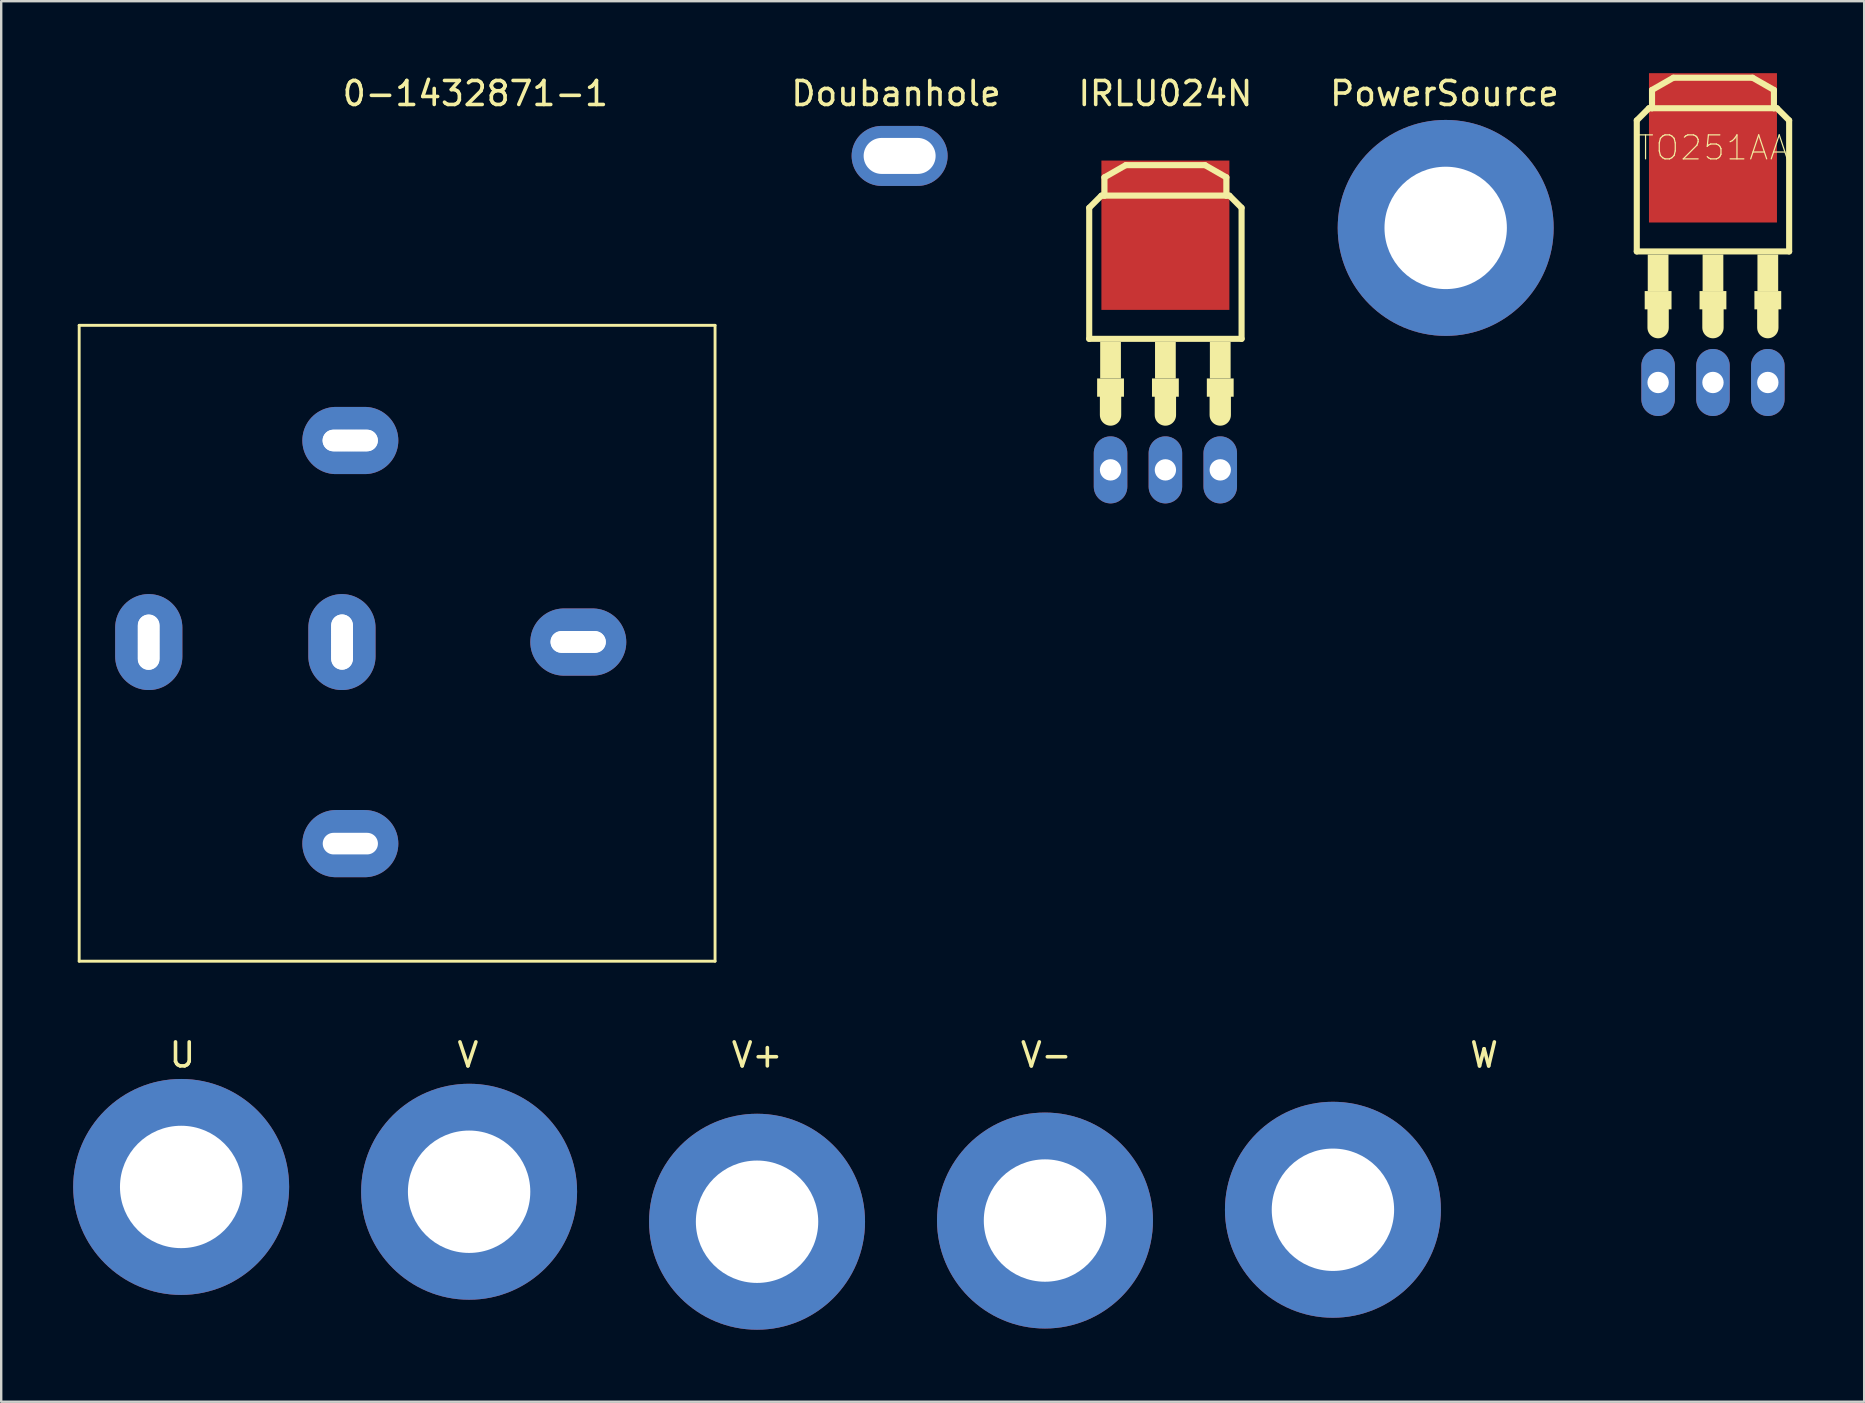
<source format=kicad_pcb>
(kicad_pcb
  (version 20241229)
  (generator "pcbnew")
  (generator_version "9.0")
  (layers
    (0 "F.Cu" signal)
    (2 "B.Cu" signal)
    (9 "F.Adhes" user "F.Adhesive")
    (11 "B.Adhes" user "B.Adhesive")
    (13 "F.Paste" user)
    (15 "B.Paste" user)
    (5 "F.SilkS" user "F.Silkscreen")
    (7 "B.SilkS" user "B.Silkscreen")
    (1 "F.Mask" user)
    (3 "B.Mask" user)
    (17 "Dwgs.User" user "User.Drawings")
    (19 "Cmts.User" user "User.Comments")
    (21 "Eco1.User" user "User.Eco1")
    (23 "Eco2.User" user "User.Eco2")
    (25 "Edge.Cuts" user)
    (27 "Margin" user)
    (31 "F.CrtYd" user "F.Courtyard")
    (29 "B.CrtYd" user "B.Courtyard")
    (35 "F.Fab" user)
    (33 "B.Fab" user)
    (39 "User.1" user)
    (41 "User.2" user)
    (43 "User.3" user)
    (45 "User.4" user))
  (footprint "0-1432871-1"
    (layer "F.Cu")
    (at 0.25 10.508)
    (property "Reference" "0-1432871-1" (at 16.51 -9.66 0) (layer "F.SilkS") (effects (font (size 1 1) (thickness 0.15))))
    (attr through_hole)
    (fp_line (start 0 0) (end 0 26.5) (stroke (width 0.12) (type solid)) (layer "F.SilkS"))
    (fp_line (start 0 26.5) (end 26.5 26.5) (stroke (width 0.12) (type solid)) (layer "F.SilkS"))
    (fp_line (start 26.5 0) (end 0 0) (stroke (width 0.12) (type solid)) (layer "F.SilkS"))
    (fp_line (start 26.5 26.5) (end 26.5 0) (stroke (width 0.12) (type solid)) (layer "F.SilkS"))
    (pad "1" thru_hole circle (at 2.89 13.91 90) (size 0.9 0.9) (drill 0.9) (layers "*.Cu" "*.Mask"))
    (pad "1" thru_hole circle (at 10.59 4.8) (size 0.9 0.9) (drill 0.9) (layers "*.Cu" "*.Mask"))
    (pad "1" thru_hole circle (at 10.96 13.9 90) (size 0.9 0.9) (drill 0.9) (layers "*.Cu" "*.Mask"))
    (pad "1" thru_hole circle (at 20.09 13.19) (size 0.9 0.9) (drill 0.9) (layers "*.Cu" "*.Mask"))
    (pad "2" thru_hole circle (at 2.89 13.81 90) (size 0.9 0.9) (drill 0.9) (layers "*.Cu" "*.Mask"))
    (pad "2" thru_hole circle (at 10.69 4.8) (size 0.9 0.9) (drill 0.9) (layers "*.Cu" "*.Mask"))
    (pad "2" thru_hole circle (at 10.96 13.8 90) (size 0.9 0.9) (drill 0.9) (layers "*.Cu" "*.Mask"))
    (pad "2" thru_hole circle (at 20.19 13.19) (size 0.9 0.9) (drill 0.9) (layers "*.Cu" "*.Mask"))
    (pad "3" thru_hole circle (at 2.89 13.71 90) (size 0.9 0.9) (drill 0.9) (layers "*.Cu" "*.Mask"))
    (pad "3" thru_hole circle (at 10.79 4.8) (size 0.9 0.9) (drill 0.9) (layers "*.Cu" "*.Mask"))
    (pad "3" thru_hole circle (at 10.96 13.7 90) (size 0.9 0.9) (drill 0.9) (layers "*.Cu" "*.Mask"))
    (pad "3" thru_hole circle (at 20.29 13.19) (size 0.9 0.9) (drill 0.9) (layers "*.Cu" "*.Mask"))
    (pad "4" thru_hole circle (at 2.89 13.61 90) (size 0.9 0.9) (drill 0.9) (layers "*.Cu" "*.Mask"))
    (pad "4" thru_hole circle (at 10.89 4.8) (size 0.9 0.9) (drill 0.9) (layers "*.Cu" "*.Mask"))
    (pad "4" thru_hole circle (at 10.96 13.6 90) (size 0.9 0.9) (drill 0.9) (layers "*.Cu" "*.Mask"))
    (pad "4" thru_hole circle (at 20.39 13.19) (size 0.9 0.9) (drill 0.9) (layers "*.Cu" "*.Mask"))
    (pad "5" thru_hole circle (at 2.89 13.51 90) (size 0.9 0.9) (drill 0.9) (layers "*.Cu" "*.Mask"))
    (pad "5" thru_hole circle (at 10.96 13.5 90) (size 0.9 0.9) (drill 0.9) (layers "*.Cu" "*.Mask"))
    (pad "5" thru_hole circle (at 10.99 4.8) (size 0.9 0.9) (drill 0.9) (layers "*.Cu" "*.Mask"))
    (pad "5" thru_hole circle (at 20.49 13.19) (size 0.9 0.9) (drill 0.9) (layers "*.Cu" "*.Mask"))
    (pad "6" thru_hole circle (at 2.89 13.41 90) (size 0.9 0.9) (drill 0.9) (layers "*.Cu" "*.Mask"))
    (pad "6" thru_hole circle (at 10.96 13.4 90) (size 0.9 0.9) (drill 0.9) (layers "*.Cu" "*.Mask"))
    (pad "6" thru_hole circle (at 11.09 4.8) (size 0.9 0.9) (drill 0.9) (layers "*.Cu" "*.Mask"))
    (pad "6" thru_hole circle (at 20.59 13.19) (size 0.9 0.9) (drill 0.9) (layers "*.Cu" "*.Mask"))
    (pad "7" thru_hole circle (at 2.89 13.31 90) (size 0.9 0.9) (drill 0.9) (layers "*.Cu" "*.Mask"))
    (pad "7" thru_hole circle (at 10.96 13.3 90) (size 0.9 0.9) (drill 0.9) (layers "*.Cu" "*.Mask"))
    (pad "7" thru_hole circle (at 11.19 4.8) (size 0.9 0.9) (drill 0.9) (layers "*.Cu" "*.Mask"))
    (pad "7" thru_hole circle (at 20.69 13.19) (size 0.9 0.9) (drill 0.9) (layers "*.Cu" "*.Mask"))
    (pad "8" thru_hole circle (at 2.89 13.21 90) (size 0.9 0.9) (drill 0.9) (layers "*.Cu" "*.Mask"))
    (pad "8" thru_hole circle (at 10.96 13.2 90) (size 0.9 0.9) (drill 0.9) (layers "*.Cu" "*.Mask"))
    (pad "8" thru_hole circle (at 11.29 4.8) (size 0.9 0.9) (drill 0.9) (layers "*.Cu" "*.Mask"))
    (pad "8" thru_hole circle (at 20.79 13.19) (size 0.9 0.9) (drill 0.9) (layers "*.Cu" "*.Mask"))
    (pad "9" thru_hole circle (at 2.89 13.11 90) (size 0.9 0.9) (drill 0.9) (layers "*.Cu" "*.Mask"))
    (pad "9" thru_hole circle (at 10.96 13.1 90) (size 0.9 0.9) (drill 0.9) (layers "*.Cu" "*.Mask"))
    (pad "9" thru_hole circle (at 11.39 4.8) (size 0.9 0.9) (drill 0.9) (layers "*.Cu" "*.Mask"))
    (pad "9" thru_hole circle (at 20.89 13.19) (size 0.9 0.9) (drill 0.9) (layers "*.Cu" "*.Mask"))
    (pad "10" thru_hole circle (at 2.89 13.01 90) (size 0.9 0.9) (drill 0.9) (layers "*.Cu" "*.Mask"))
    (pad "10" thru_hole circle (at 10.96 13 90) (size 0.9 0.9) (drill 0.9) (layers "*.Cu" "*.Mask"))
    (pad "10" thru_hole circle (at 11.49 4.8) (size 0.9 0.9) (drill 0.9) (layers "*.Cu" "*.Mask"))
    (pad "10" thru_hole circle (at 20.99 13.19) (size 0.9 0.9) (drill 0.9) (layers "*.Cu" "*.Mask"))
    (pad "11" thru_hole circle (at 2.89 12.91 90) (size 0.9 0.9) (drill 0.9) (layers "*.Cu" "*.Mask"))
    (pad "11" thru_hole circle (at 10.96 12.9 90) (size 0.9 0.9) (drill 0.9) (layers "*.Cu" "*.Mask"))
    (pad "11" thru_hole circle (at 11.59 4.8) (size 0.9 0.9) (drill 0.9) (layers "*.Cu" "*.Mask"))
    (pad "11" thru_hole circle (at 21.09 13.19) (size 0.9 0.9) (drill 0.9) (layers "*.Cu" "*.Mask"))
    (pad "12" thru_hole circle (at 2.89 12.81 90) (size 0.9 0.9) (drill 0.9) (layers "*.Cu" "*.Mask"))
    (pad "12" thru_hole circle (at 10.96 12.8 90) (size 0.9 0.9) (drill 0.9) (layers "*.Cu" "*.Mask"))
    (pad "12" thru_hole circle (at 11.69 4.8) (size 0.9 0.9) (drill 0.9) (layers "*.Cu" "*.Mask"))
    (pad "12" thru_hole circle (at 21.19 13.19) (size 0.9 0.9) (drill 0.9) (layers "*.Cu" "*.Mask"))
    (pad "13" thru_hole circle (at 2.89 12.71 90) (size 0.9 0.9) (drill 0.9) (layers "*.Cu" "*.Mask"))
    (pad "13" thru_hole circle (at 10.96 12.7 90) (size 0.9 0.9) (drill 0.9) (layers "*.Cu" "*.Mask"))
    (pad "13" thru_hole circle (at 11.79 4.8) (size 0.9 0.9) (drill 0.9) (layers "*.Cu" "*.Mask"))
    (pad "13" thru_hole circle (at 21.29 13.19) (size 0.9 0.9) (drill 0.9) (layers "*.Cu" "*.Mask"))
    (pad "14" thru_hole circle (at 2.89 12.61 90) (size 0.9 0.9) (drill 0.9) (layers "*.Cu" "*.Mask"))
    (pad "14" thru_hole circle (at 10.96 12.6 90) (size 0.9 0.9) (drill 0.9) (layers "*.Cu" "*.Mask"))
    (pad "14" thru_hole circle (at 11.89 4.8) (size 0.9 0.9) (drill 0.9) (layers "*.Cu" "*.Mask"))
    (pad "14" thru_hole circle (at 21.39 13.19) (size 0.9 0.9) (drill 0.9) (layers "*.Cu" "*.Mask"))
    (pad "15" thru_hole circle (at 2.89 12.51 90) (size 0.9 0.9) (drill 0.9) (layers "*.Cu" "*.Mask"))
    (pad "15" thru_hole circle (at 10.96 12.5 90) (size 0.9 0.9) (drill 0.9) (layers "*.Cu" "*.Mask"))
    (pad "15" thru_hole circle (at 11.99 4.8) (size 0.9 0.9) (drill 0.9) (layers "*.Cu" "*.Mask"))
    (pad "15" thru_hole circle (at 21.49 13.19) (size 0.9 0.9) (drill 0.9) (layers "*.Cu" "*.Mask"))
    (pad "30" thru_hole oval (at 20.8 13.2) (size 4 2.8) (drill oval 2.3 0.9) (layers "*.Cu" "*.Mask"))
    (pad "85" thru_hole oval (at 11.3 4.8) (size 4 2.8) (drill oval 2.3 0.9) (layers "*.Cu" "*.Mask"))
    (pad "86" thru_hole oval (at 11.3 21.6) (size 4 2.8) (drill oval 2.3 0.9) (layers "*.Cu" "*.Mask"))
    (pad "87" thru_hole oval (at 2.9 13.2 270) (size 4 2.8) (drill oval 2.3 0.9) (layers "*.Cu" "*.Mask"))
    (pad "87a" thru_hole oval (at 10.95 13.2 270) (size 4 2.8) (drill oval 2.3 0.9) (layers "*.Cu" "*.Mask")))
  (footprint "V"
    (layer "F.Cu")
    (at 16.45 40.666)
    (property "Reference" "V" (at 0 0.25 0) (layer "F.SilkS") (effects (font (size 1 1) (thickness 0.15))))
    (attr through_hole)
    (pad "1" thru_hole circle (at 0.05 5.95) (size 9 9) (drill 5.1) (layers "*.Cu" "*.Mask")))
  (footprint "V+"
    (layer "F.Cu")
    (at 28.5 40.416)
    (property "Reference" "V+" (at 0 0.5 0) (layer "F.SilkS") (effects (font (size 1 1) (thickness 0.15))))
    (attr through_hole)
    (pad "1" thru_hole circle (at 0 7.45) (size 9 9) (drill 5.1) (layers "*.Cu" "*.Mask")))
  (footprint "U"
    (layer "F.Cu")
    (at 4.55 40.416)
    (property "Reference" "U" (at 0 0.5 0) (layer "F.SilkS") (effects (font (size 1 1) (thickness 0.15))))
    (attr through_hole)
    (pad "1" thru_hole circle (at -0.05 6) (size 9 9) (drill 5.1) (layers "*.Cu" "*.Mask")))
  (footprint "V-"
    (layer "F.Cu")
    (at 40.55 40.416)
    (property "Reference" "V-" (at 0 0.5 0) (layer "F.SilkS") (effects (font (size 1 1) (thickness 0.15))))
    (attr through_hole)
    (pad "1" thru_hole circle (at -0.05 7.4) (size 9 9) (drill 5.1) (layers "*.Cu" "*.Mask")))
  (footprint "TO251AA"
    (layer "F.Cu")
    (at 68.338 7.556)
    (property "Reference" "TO251AA" (at 0 -4.445 0) (layer "F.SilkS") (effects (font (size 1 1) (thickness 0.05))))
    (attr through_hole)
    (fp_line (start -3.175 -5.588) (end -3.175 -0.127) (stroke (width 0.254) (type solid)) (layer "F.SilkS"))
    (fp_line (start -3.175 -0.127) (end 3.175 -0.127) (stroke (width 0.254) (type solid)) (layer "F.SilkS"))
    (fp_line (start -2.667 -6.096) (end -3.175 -5.588) (stroke (width 0.254) (type solid)) (layer "F.SilkS"))
    (fp_line (start -2.54 -6.858) (end -1.651 -7.366) (stroke (width 0.254) (type solid)) (layer "F.SilkS"))
    (fp_line (start -2.54 -6.096) (end -2.667 -6.096) (stroke (width 0.254) (type solid)) (layer "F.SilkS"))
    (fp_line (start -2.54 -6.096) (end -2.54 -6.858) (stroke (width 0.254) (type solid)) (layer "F.SilkS"))
    (fp_line (start -2.286 3.048) (end -2.286 2.286) (stroke (width 0.889) (type solid)) (layer "F.SilkS"))
    (fp_line (start -1.651 -7.366) (end 1.651 -7.366) (stroke (width 0.254) (type solid)) (layer "F.SilkS"))
    (fp_line (start 0 3.048) (end 0 2.286) (stroke (width 0.889) (type solid)) (layer "F.SilkS"))
    (fp_line (start 1.651 -7.366) (end 2.54 -6.858) (stroke (width 0.254) (type solid)) (layer "F.SilkS"))
    (fp_line (start 2.286 3.048) (end 2.286 2.286) (stroke (width 0.889) (type solid)) (layer "F.SilkS"))
    (fp_line (start 2.54 -6.858) (end 2.54 -6.096) (stroke (width 0.254) (type solid)) (layer "F.SilkS"))
    (fp_line (start 2.54 -6.096) (end -2.54 -6.096) (stroke (width 0.254) (type solid)) (layer "F.SilkS"))
    (fp_line (start 2.667 -6.096) (end 2.54 -6.096) (stroke (width 0.254) (type solid)) (layer "F.SilkS"))
    (fp_line (start 3.175 -5.588) (end 2.667 -6.096) (stroke (width 0.254) (type solid)) (layer "F.SilkS"))
    (fp_line (start 3.175 -0.127) (end 3.175 -5.588) (stroke (width 0.254) (type solid)) (layer "F.SilkS"))
    (fp_poly (pts (xy -2.845 1.524) (xy -1.727 1.524) (xy -1.727 2.286) (xy -2.845 2.286)) (stroke (width 0) (type solid)) (fill yes) (layer "F.SilkS"))
    (fp_poly (pts (xy -2.718 0) (xy -1.854 0) (xy -1.854 1.524) (xy -2.718 1.524)) (stroke (width 0) (type solid)) (fill yes) (layer "F.SilkS"))
    (fp_poly (pts (xy -0.559 1.524) (xy 0.559 1.524) (xy 0.559 2.286) (xy -0.559 2.286)) (stroke (width 0) (type solid)) (fill yes) (layer "F.SilkS"))
    (fp_poly (pts (xy -0.432 0) (xy 0.432 0) (xy 0.432 1.524) (xy -0.432 1.524)) (stroke (width 0) (type solid)) (fill yes) (layer "F.SilkS"))
    (fp_poly (pts (xy 1.727 1.524) (xy 2.845 1.524) (xy 2.845 2.286) (xy 1.727 2.286)) (stroke (width 0) (type solid)) (fill yes) (layer "F.SilkS"))
    (fp_poly (pts (xy 1.854 0) (xy 2.718 0) (xy 2.718 1.524) (xy 1.854 1.524)) (stroke (width 0) (type solid)) (fill yes) (layer "F.SilkS"))
    (fp_line (start -2.286 5.334) (end -2.286 3.048) (stroke (width 0.889) (type solid)) (layer "Eco2.User"))
    (fp_line (start 0 5.334) (end 0 3.048) (stroke (width 0.889) (type solid)) (layer "Eco2.User"))
    (fp_line (start 2.286 5.334) (end 2.286 3.048) (stroke (width 0.889) (type solid)) (layer "Eco2.User"))
    (pad "1" thru_hole oval (at -2.286 5.334 90) (size 2.794 1.397) (drill 0.889) (layers "*.Cu" "*.Mask"))
    (pad "2" thru_hole oval (at 0 5.334 90) (size 2.794 1.397) (drill 0.889) (layers "*.Cu" "*.Mask"))
    (pad "3" thru_hole oval (at 2.286 5.334 90) (size 2.794 1.397) (drill 0.889) (layers "*.Cu" "*.Mask"))
    (pad "4" smd rect (at 0 -4.445) (size 5.334 6.223) (layers "F.Cu" "F.Mask" "F.Paste")))
  (footprint "Doubanhole"
    (layer "F.Cu")
    (at 34.292 0.348)
    (property "Reference" "Doubanhole" (at 0 0.5 0) (layer "F.SilkS") (effects (font (size 1 1) (thickness 0.15))))
    (attr through_hole)
    (pad "1" thru_hole oval (at 0.15 3.1) (size 4 2.5) (drill oval 3 1.5) (layers "*.Cu" "*.Mask")))
  (footprint "IRLU024N"
    (layer "F.Cu")
    (at 45.518 0.348)
    (property "Reference" "IRLU024N" (at 0 0.5 0) (layer "F.SilkS") (effects (font (size 1 1) (thickness 0.15))))
    (attr through_hole)
    (fp_line (start -3.175 5.262) (end -3.175 10.723) (stroke (width 0.254) (type solid)) (layer "F.SilkS"))
    (fp_line (start -3.175 10.723) (end 3.175 10.723) (stroke (width 0.254) (type solid)) (layer "F.SilkS"))
    (fp_line (start -2.667 4.754) (end -3.175 5.262) (stroke (width 0.254) (type solid)) (layer "F.SilkS"))
    (fp_line (start -2.54 3.992) (end -1.651 3.484) (stroke (width 0.254) (type solid)) (layer "F.SilkS"))
    (fp_line (start -2.54 4.754) (end -2.667 4.754) (stroke (width 0.254) (type solid)) (layer "F.SilkS"))
    (fp_line (start -2.54 4.754) (end -2.54 3.992) (stroke (width 0.254) (type solid)) (layer "F.SilkS"))
    (fp_line (start -2.286 13.898) (end -2.286 13.136) (stroke (width 0.889) (type solid)) (layer "F.SilkS"))
    (fp_line (start -1.651 3.484) (end 1.651 3.484) (stroke (width 0.254) (type solid)) (layer "F.SilkS"))
    (fp_line (start 0 13.898) (end 0 13.136) (stroke (width 0.889) (type solid)) (layer "F.SilkS"))
    (fp_line (start 1.651 3.484) (end 2.54 3.992) (stroke (width 0.254) (type solid)) (layer "F.SilkS"))
    (fp_line (start 2.286 13.898) (end 2.286 13.136) (stroke (width 0.889) (type solid)) (layer "F.SilkS"))
    (fp_line (start 2.54 3.992) (end 2.54 4.754) (stroke (width 0.254) (type solid)) (layer "F.SilkS"))
    (fp_line (start 2.54 4.754) (end -2.54 4.754) (stroke (width 0.254) (type solid)) (layer "F.SilkS"))
    (fp_line (start 2.667 4.754) (end 2.54 4.754) (stroke (width 0.254) (type solid)) (layer "F.SilkS"))
    (fp_line (start 3.175 5.262) (end 2.667 4.754) (stroke (width 0.254) (type solid)) (layer "F.SilkS"))
    (fp_line (start 3.175 10.723) (end 3.175 5.262) (stroke (width 0.254) (type solid)) (layer "F.SilkS"))
    (fp_poly (pts (xy -2.845 12.374) (xy -1.727 12.374) (xy -1.727 13.136) (xy -2.845 13.136)) (stroke (width 0) (type solid)) (fill yes) (layer "F.SilkS"))
    (fp_poly (pts (xy -2.718 10.85) (xy -1.854 10.85) (xy -1.854 12.374) (xy -2.718 12.374)) (stroke (width 0) (type solid)) (fill yes) (layer "F.SilkS"))
    (fp_poly (pts (xy -0.559 12.374) (xy 0.559 12.374) (xy 0.559 13.136) (xy -0.559 13.136)) (stroke (width 0) (type solid)) (fill yes) (layer "F.SilkS"))
    (fp_poly (pts (xy -0.432 10.85) (xy 0.432 10.85) (xy 0.432 12.374) (xy -0.432 12.374)) (stroke (width 0) (type solid)) (fill yes) (layer "F.SilkS"))
    (fp_poly (pts (xy 1.727 12.374) (xy 2.845 12.374) (xy 2.845 13.136) (xy 1.727 13.136)) (stroke (width 0) (type solid)) (fill yes) (layer "F.SilkS"))
    (fp_poly (pts (xy 1.854 10.85) (xy 2.718 10.85) (xy 2.718 12.374) (xy 1.854 12.374)) (stroke (width 0) (type solid)) (fill yes) (layer "F.SilkS"))
    (fp_line (start -2.286 16.184) (end -2.286 13.898) (stroke (width 0.889) (type solid)) (layer "Eco2.User"))
    (fp_line (start 0 16.184) (end 0 13.898) (stroke (width 0.889) (type solid)) (layer "Eco2.User"))
    (fp_line (start 2.286 16.184) (end 2.286 13.898) (stroke (width 0.889) (type solid)) (layer "Eco2.User"))
    (pad "1" thru_hole oval (at -2.286 16.184 90) (size 2.794 1.397) (drill 0.889) (layers "*.Cu" "*.Mask"))
    (pad "2" thru_hole oval (at 0 16.184 90) (size 2.794 1.397) (drill 0.889) (layers "*.Cu" "*.Mask"))
    (pad "3" thru_hole oval (at 2.286 16.184 90) (size 2.794 1.397) (drill 0.889) (layers "*.Cu" "*.Mask"))
    (pad "4" smd rect (at 0 6.405) (size 5.334 6.223) (layers "F.Cu" "F.Mask" "F.Paste")))
  (footprint "W"
    (layer "F.Cu")
    (at 52.5 47.367)
    (property "Reference" "W" (at 6.3 -6.45 0) (layer "F.SilkS") (effects (font (size 1 1) (thickness 0.15))))
    (attr through_hole)
    (pad "1" thru_hole circle (at 0 0) (size 9 9) (drill 5.1) (layers "*.Cu" "*.Mask")))
  (footprint "PowerSource"
    (layer "F.Cu")
    (at 57.149 0.348)
    (property "Reference" "PowerSource" (at 0 0.5 0) (layer "F.SilkS") (effects (font (size 1 1) (thickness 0.15))))
    (attr through_hole)
    (pad "1" thru_hole circle (at 0.05 6.1) (size 9 9) (drill 5.1) (layers "*.Cu" "*.Mask")))
  (gr_rect
    (start -3 -3)
    (end 74.64 55.367)
    (stroke (width 0.1) (type default))
    (fill no)
    (layer "Edge.Cuts")))
</source>
